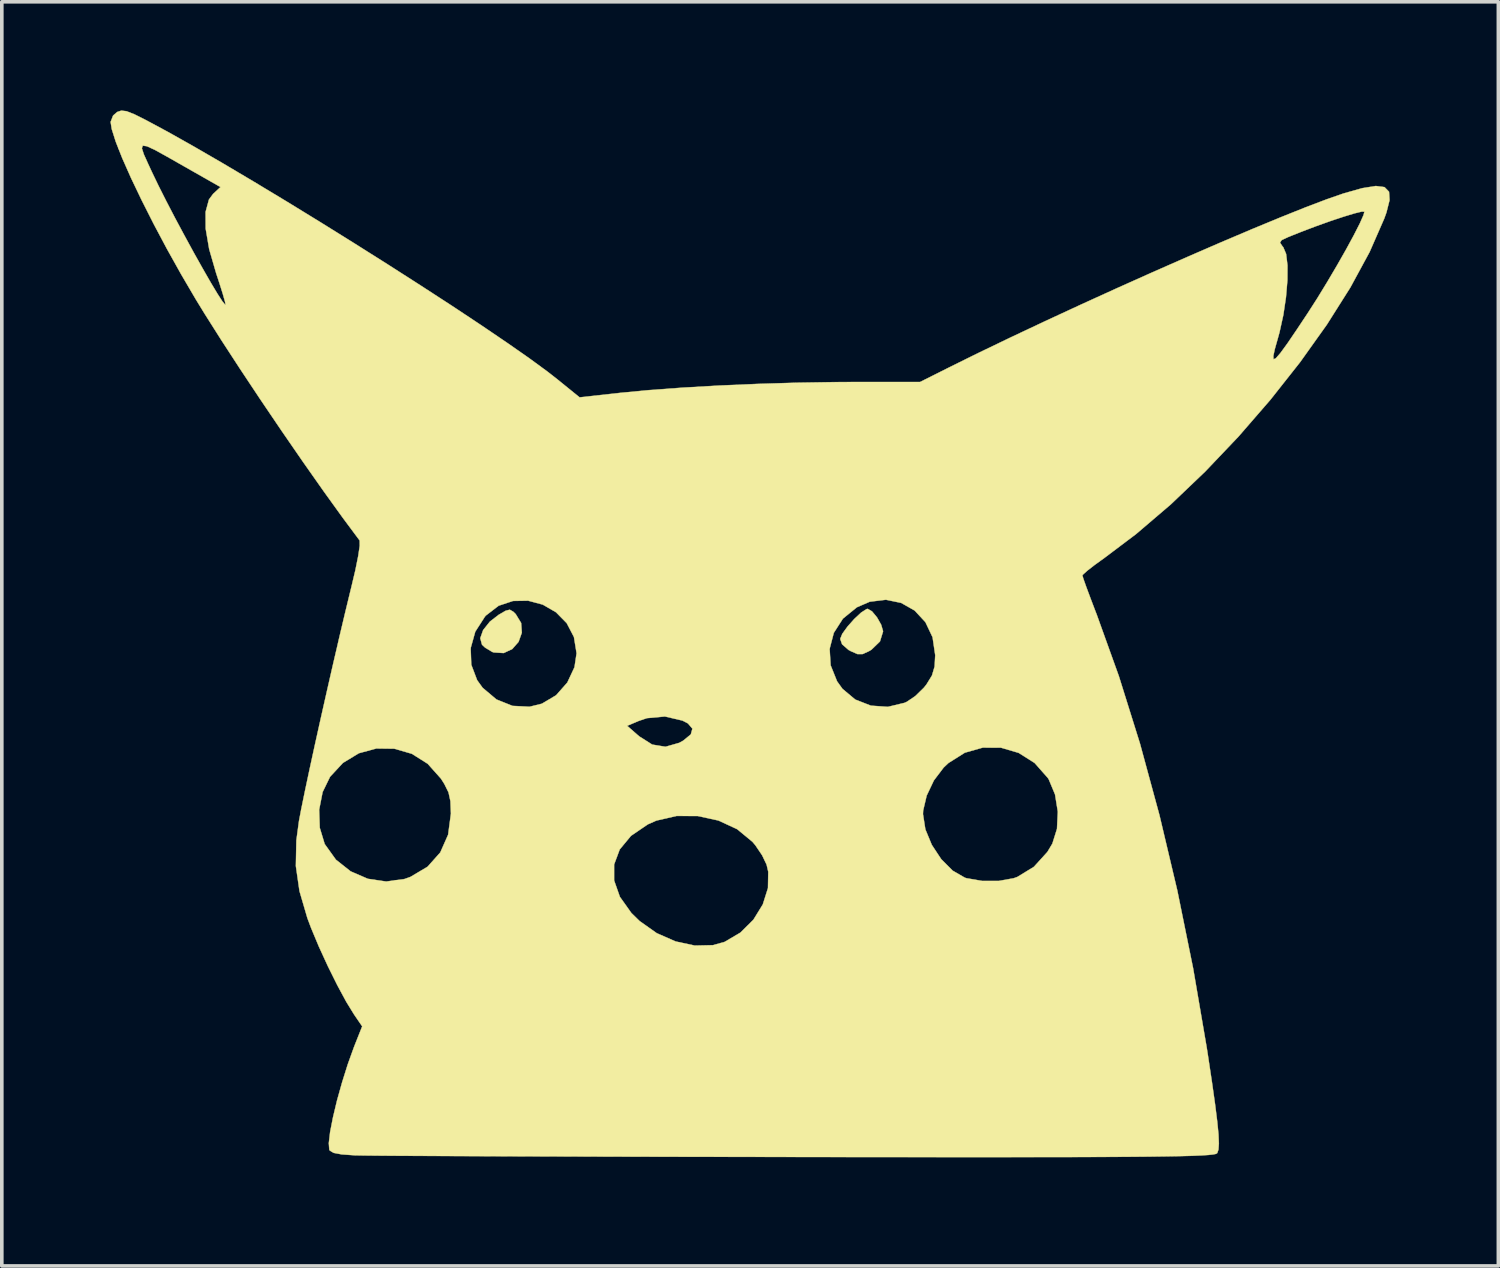
<source format=kicad_pcb>
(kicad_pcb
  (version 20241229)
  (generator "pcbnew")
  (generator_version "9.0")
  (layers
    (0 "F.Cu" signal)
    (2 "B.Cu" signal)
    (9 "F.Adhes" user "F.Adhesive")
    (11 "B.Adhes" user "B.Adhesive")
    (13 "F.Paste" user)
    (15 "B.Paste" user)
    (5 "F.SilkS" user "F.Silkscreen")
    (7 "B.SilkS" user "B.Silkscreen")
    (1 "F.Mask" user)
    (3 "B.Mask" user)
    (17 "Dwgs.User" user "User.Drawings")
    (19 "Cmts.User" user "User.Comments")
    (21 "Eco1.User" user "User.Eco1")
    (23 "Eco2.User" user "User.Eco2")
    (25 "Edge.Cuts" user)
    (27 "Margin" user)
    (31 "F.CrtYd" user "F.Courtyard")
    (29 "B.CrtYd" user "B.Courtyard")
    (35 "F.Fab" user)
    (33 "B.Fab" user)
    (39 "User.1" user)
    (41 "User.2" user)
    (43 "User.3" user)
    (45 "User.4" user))
  (footprint "pika3"
    (layer "F.Cu")
    (at 17.7 9.278)
    (property "Reference" "pika3" (at 0 0 0) (layer "F.SilkS") (effects (font (size 1.524 1.524) (thickness 0.3))))
    (attr through_hole)
    (fp_poly (pts (xy -6.574 4.566) (xy -6.507 4.632) (xy -6.357 4.878) (xy -6.338 5.146) (xy -6.428 5.398) (xy -6.602 5.597) (xy -6.839 5.708) (xy -7.115 5.691) (xy -7.157 5.676) (xy -7.352 5.558) (xy -7.438 5.477) (xy -7.486 5.298) (xy -7.407 5.074) (xy -7.221 4.84) (xy -6.98 4.653) (xy -6.784 4.539) (xy -6.67 4.511) (xy -6.574 4.566)) (stroke (width 0.01) (type solid)) (fill yes) (layer "F.SilkS"))
    (fp_poly (pts (xy 3.333 4.556) (xy 3.471 4.722) (xy 3.586 4.925) (xy 3.638 5.102) (xy 3.638 5.113) (xy 3.553 5.388) (xy 3.317 5.616) (xy 3.244 5.659) (xy 3.071 5.737) (xy 2.93 5.736) (xy 2.742 5.653) (xy 2.688 5.624) (xy 2.507 5.466) (xy 2.455 5.318) (xy 2.512 5.177) (xy 2.656 4.978) (xy 2.843 4.767) (xy 3.033 4.59) (xy 3.183 4.494) (xy 3.215 4.487) (xy 3.333 4.556)) (stroke (width 0.01) (type solid)) (fill yes) (layer "F.SilkS"))
    (fp_poly (pts (xy -17.255 -9.256) (xy -17.044 -9.174) (xy -16.731 -9.017) (xy -16.111 -8.684) (xy -15.393 -8.28) (xy -14.596 -7.818) (xy -13.736 -7.308) (xy -12.831 -6.762) (xy -11.9 -6.191) (xy -10.961 -5.606) (xy -10.031 -5.019) (xy -9.127 -4.44) (xy -8.268 -3.882) (xy -7.472 -3.354) (xy -6.757 -2.869) (xy -6.139 -2.438) (xy -5.638 -2.071) (xy -5.356 -1.851) (xy -4.743 -1.354) (xy -3.62 -1.478) (xy -2.832 -1.553) (xy -1.913 -1.621) (xy -0.903 -1.679) (xy 0.161 -1.725) (xy 1.239 -1.758) (xy 2.293 -1.775) (xy 2.849 -1.778) (xy 4.66 -1.778) (xy 5.484 -2.191) (xy 6.093 -2.492) (xy 14.416 -2.492) (xy 14.423 -2.405) (xy 14.487 -2.433) (xy 14.615 -2.581) (xy 14.814 -2.855) (xy 15.09 -3.262) (xy 15.368 -3.681) (xy 15.632 -4.092) (xy 15.905 -4.539) (xy 16.174 -4.995) (xy 16.424 -5.434) (xy 16.639 -5.83) (xy 16.805 -6.156) (xy 16.907 -6.386) (xy 16.933 -6.481) (xy 16.859 -6.484) (xy 16.658 -6.435) (xy 16.358 -6.344) (xy 15.991 -6.222) (xy 15.586 -6.077) (xy 15.173 -5.92) (xy 14.829 -5.782) (xy 14.647 -5.697) (xy 14.601 -5.628) (xy 14.668 -5.527) (xy 14.692 -5.5) (xy 14.77 -5.315) (xy 14.808 -5) (xy 14.806 -4.591) (xy 14.767 -4.124) (xy 14.694 -3.632) (xy 14.588 -3.151) (xy 14.542 -2.985) (xy 14.458 -2.687) (xy 14.416 -2.492) (xy 6.093 -2.492) (xy 6.296 -2.592) (xy 7.181 -3.018) (xy 8.119 -3.46) (xy 9.093 -3.911) (xy 10.083 -4.362) (xy 11.07 -4.804) (xy 12.037 -5.23) (xy 12.963 -5.632) (xy 13.832 -6.001) (xy 14.623 -6.328) (xy 15.319 -6.607) (xy 15.9 -6.827) (xy 16.349 -6.983) (xy 16.359 -6.986) (xy 16.872 -7.131) (xy 17.246 -7.191) (xy 17.489 -7.16) (xy 17.613 -7.032) (xy 17.627 -6.801) (xy 17.541 -6.46) (xy 17.48 -6.291) (xy 17.077 -5.37) (xy 16.544 -4.388) (xy 15.898 -3.366) (xy 15.156 -2.325) (xy 14.336 -1.287) (xy 13.456 -0.272) (xy 12.533 0.698) (xy 11.585 1.603) (xy 10.628 2.42) (xy 9.758 3.076) (xy 9.484 3.274) (xy 9.273 3.438) (xy 9.157 3.544) (xy 9.144 3.565) (xy 9.173 3.662) (xy 9.252 3.885) (xy 9.37 4.201) (xy 9.514 4.58) (xy 9.533 4.627) (xy 10.151 6.345) (xy 10.734 8.207) (xy 11.273 10.188) (xy 11.765 12.265) (xy 12.202 14.414) (xy 12.579 16.613) (xy 12.609 16.806) (xy 12.723 17.565) (xy 12.809 18.174) (xy 12.868 18.647) (xy 12.903 19.002) (xy 12.913 19.254) (xy 12.902 19.419) (xy 12.87 19.513) (xy 12.862 19.524) (xy 12.829 19.541) (xy 12.752 19.556) (xy 12.625 19.57) (xy 12.438 19.582) (xy 12.185 19.593) (xy 11.858 19.602) (xy 11.447 19.609) (xy 10.946 19.616) (xy 10.346 19.621) (xy 9.64 19.625) (xy 8.819 19.628) (xy 7.876 19.629) (xy 6.802 19.63) (xy 5.59 19.63) (xy 4.232 19.629) (xy 2.719 19.628) (xy 1.238 19.626) (xy -0.157 19.623) (xy -1.515 19.621) (xy -2.823 19.618) (xy -4.071 19.615) (xy -5.249 19.611) (xy -6.346 19.608) (xy -7.353 19.604) (xy -8.257 19.6) (xy -9.05 19.596) (xy -9.72 19.593) (xy -10.257 19.589) (xy -10.651 19.585) (xy -10.891 19.581) (xy -10.947 19.58) (xy -11.313 19.554) (xy -11.536 19.512) (xy -11.643 19.447) (xy -11.656 19.424) (xy -11.669 19.244) (xy -11.633 18.936) (xy -11.554 18.532) (xy -11.442 18.064) (xy -11.302 17.564) (xy -11.144 17.062) (xy -10.975 16.593) (xy -10.954 16.539) (xy -10.747 16.018) (xy -10.97 15.692) (xy -11.186 15.341) (xy -11.436 14.878) (xy -11.697 14.352) (xy -11.946 13.809) (xy -12.16 13.297) (xy -12.261 13.028) (xy -12.479 12.283) (xy -12.579 11.589) (xy -12.565 10.881) (xy -12.493 10.347) (xy -12.434 10.036) (xy -11.936 10.036) (xy -11.919 10.533) (xy -11.785 10.975) (xy -11.778 10.989) (xy -11.473 11.415) (xy -11.066 11.737) (xy -10.591 11.943) (xy -10.084 12.018) (xy -9.58 11.949) (xy -9.416 11.891) (xy -8.941 11.609) (xy -8.886 11.547) (xy -3.789 11.547) (xy -3.789 11.989) (xy -3.63 12.441) (xy -3.313 12.887) (xy -3.085 13.11) (xy -2.613 13.444) (xy -2.092 13.673) (xy -1.562 13.787) (xy -1.061 13.776) (xy -0.738 13.686) (xy -0.3 13.428) (xy 0.058 13.072) (xy 0.317 12.651) (xy 0.46 12.199) (xy 0.468 11.749) (xy 0.422 11.551) (xy 0.299 11.294) (xy 0.112 11.017) (xy 0.031 10.921) (xy -0.392 10.572) (xy -0.909 10.333) (xy -1.48 10.209) (xy -2.065 10.207) (xy -2.622 10.335) (xy -2.858 10.439) (xy -3.323 10.756) (xy -3.634 11.131) (xy -3.789 11.547) (xy -8.886 11.547) (xy -8.591 11.216) (xy -8.374 10.726) (xy -8.298 10.156) (xy 4.741 10.156) (xy 4.807 10.578) (xy 4.985 11.007) (xy 5.245 11.401) (xy 5.56 11.717) (xy 5.899 11.913) (xy 5.945 11.927) (xy 6.378 12.002) (xy 6.839 12.001) (xy 7.248 11.927) (xy 7.348 11.891) (xy 7.804 11.612) (xy 8.177 11.201) (xy 8.314 10.972) (xy 8.442 10.564) (xy 8.465 10.09) (xy 8.388 9.613) (xy 8.215 9.198) (xy 8.189 9.157) (xy 7.824 8.744) (xy 7.383 8.465) (xy 6.896 8.322) (xy 6.391 8.32) (xy 5.897 8.46) (xy 5.445 8.745) (xy 5.312 8.87) (xy 5.042 9.226) (xy 4.843 9.645) (xy 4.746 10.057) (xy 4.741 10.156) (xy -8.298 10.156) (xy -8.297 10.149) (xy -8.297 10.131) (xy -8.31 9.799) (xy -8.363 9.556) (xy -8.479 9.322) (xy -8.572 9.176) (xy -8.938 8.766) (xy -9.376 8.49) (xy -9.859 8.35) (xy -10.356 8.344) (xy -10.839 8.475) (xy -11.279 8.742) (xy -11.635 9.126) (xy -11.84 9.547) (xy -11.936 10.036) (xy -12.434 10.036) (xy -12.427 10.001) (xy -12.328 9.518) (xy -12.202 8.925) (xy -12.055 8.249) (xy -11.937 7.718) (xy -3.429 7.718) (xy -3.097 8.008) (xy -2.737 8.236) (xy -2.37 8.296) (xy -1.991 8.188) (xy -1.884 8.129) (xy -1.671 7.955) (xy -1.627 7.796) (xy -1.751 7.651) (xy -1.902 7.573) (xy -2.386 7.46) (xy -2.884 7.506) (xy -3.114 7.584) (xy -3.429 7.718) (xy -11.937 7.718) (xy -11.893 7.519) (xy -11.722 6.761) (xy -11.549 6.003) (xy -11.448 5.572) (xy -7.751 5.572) (xy -7.734 6.03) (xy -7.573 6.456) (xy -7.422 6.666) (xy -7.038 6.99) (xy -6.596 7.167) (xy -6.125 7.191) (xy -5.784 7.107) (xy -5.392 6.874) (xy -5.082 6.523) (xy -4.884 6.1) (xy -4.826 5.715) (xy -4.846 5.59) (xy 2.163 5.59) (xy 2.191 6.047) (xy 2.368 6.488) (xy 2.517 6.696) (xy 2.87 6.992) (xy 3.302 7.161) (xy 3.77 7.194) (xy 4.232 7.083) (xy 4.294 7.055) (xy 4.529 6.896) (xy 4.765 6.666) (xy 4.836 6.577) (xy 4.989 6.328) (xy 5.062 6.082) (xy 5.079 5.766) (xy 5.006 5.271) (xy 4.809 4.856) (xy 4.511 4.534) (xy 4.139 4.323) (xy 3.718 4.236) (xy 3.272 4.29) (xy 2.915 4.444) (xy 2.53 4.757) (xy 2.278 5.15) (xy 2.163 5.59) (xy -4.846 5.59) (xy -4.899 5.265) (xy -5.098 4.883) (xy -5.395 4.581) (xy -5.76 4.37) (xy -6.165 4.262) (xy -6.581 4.269) (xy -6.979 4.401) (xy -7.33 4.671) (xy -7.355 4.699) (xy -7.624 5.117) (xy -7.751 5.572) (xy -11.448 5.572) (xy -11.379 5.272) (xy -11.219 4.597) (xy -11.075 4.003) (xy -11.051 3.906) (xy -10.936 3.421) (xy -10.857 3.028) (xy -10.815 2.747) (xy -10.817 2.603) (xy -10.821 2.594) (xy -11.282 1.974) (xy -11.808 1.244) (xy -12.377 0.435) (xy -12.967 -0.421) (xy -13.556 -1.291) (xy -14.122 -2.143) (xy -14.644 -2.945) (xy -15.099 -3.664) (xy -15.346 -4.067) (xy -15.749 -4.755) (xy -16.139 -5.453) (xy -16.506 -6.143) (xy -16.84 -6.804) (xy -17.133 -7.416) (xy -17.374 -7.96) (xy -17.482 -8.233) (xy -16.832 -8.233) (xy -16.778 -8.067) (xy -16.661 -7.807) (xy -16.554 -7.576) (xy -16.374 -7.202) (xy -16.156 -6.77) (xy -15.912 -6.301) (xy -15.654 -5.82) (xy -15.396 -5.347) (xy -15.149 -4.907) (xy -14.927 -4.52) (xy -14.741 -4.21) (xy -14.604 -3.999) (xy -14.529 -3.91) (xy -14.521 -3.91) (xy -14.536 -3.996) (xy -14.596 -4.208) (xy -14.691 -4.511) (xy -14.781 -4.784) (xy -14.973 -5.447) (xy -15.07 -6.015) (xy -15.072 -6.476) (xy -14.979 -6.818) (xy -14.865 -6.972) (xy -14.66 -7.162) (xy -15.648 -7.724) (xy -16.126 -7.996) (xy -16.469 -8.186) (xy -16.691 -8.289) (xy -16.807 -8.306) (xy -16.832 -8.233) (xy -17.482 -8.233) (xy -17.554 -8.416) (xy -17.664 -8.764) (xy -17.695 -8.961) (xy -17.627 -9.136) (xy -17.514 -9.235) (xy -17.399 -9.273) (xy -17.255 -9.256)) (stroke (width 0.01) (type solid)) (fill yes) (layer "F.SilkS")))
  (gr_rect
    (start -3 -3)
    (end 38.332 31.913)
    (stroke (width 0.1) (type default))
    (fill no)
    (layer "Edge.Cuts")))
</source>
